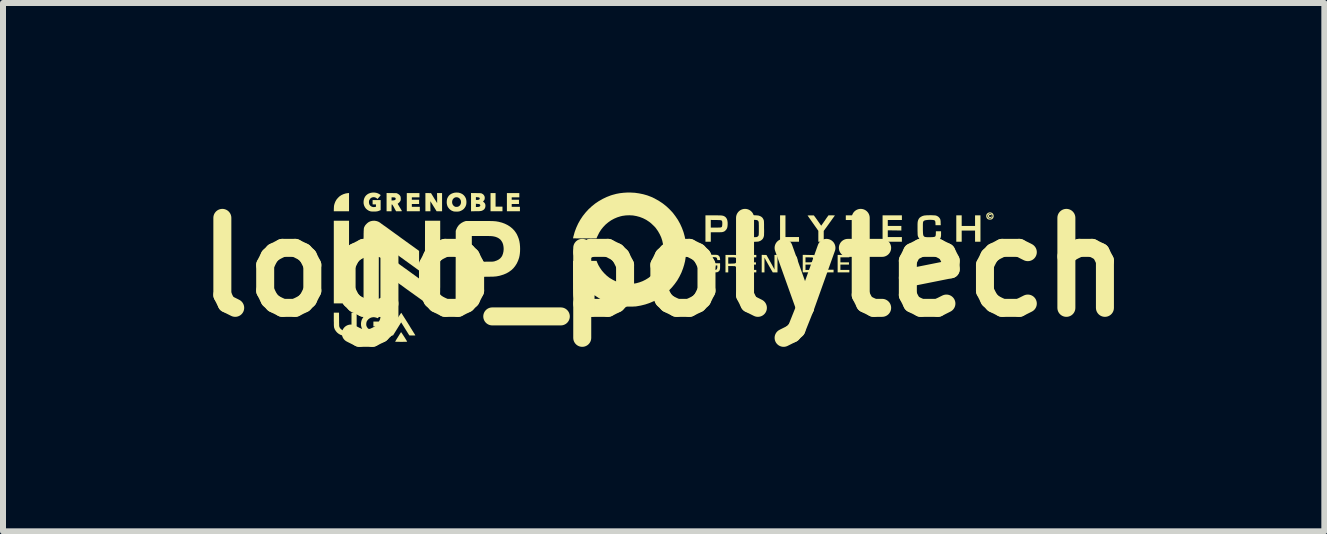
<source format=kicad_pcb>
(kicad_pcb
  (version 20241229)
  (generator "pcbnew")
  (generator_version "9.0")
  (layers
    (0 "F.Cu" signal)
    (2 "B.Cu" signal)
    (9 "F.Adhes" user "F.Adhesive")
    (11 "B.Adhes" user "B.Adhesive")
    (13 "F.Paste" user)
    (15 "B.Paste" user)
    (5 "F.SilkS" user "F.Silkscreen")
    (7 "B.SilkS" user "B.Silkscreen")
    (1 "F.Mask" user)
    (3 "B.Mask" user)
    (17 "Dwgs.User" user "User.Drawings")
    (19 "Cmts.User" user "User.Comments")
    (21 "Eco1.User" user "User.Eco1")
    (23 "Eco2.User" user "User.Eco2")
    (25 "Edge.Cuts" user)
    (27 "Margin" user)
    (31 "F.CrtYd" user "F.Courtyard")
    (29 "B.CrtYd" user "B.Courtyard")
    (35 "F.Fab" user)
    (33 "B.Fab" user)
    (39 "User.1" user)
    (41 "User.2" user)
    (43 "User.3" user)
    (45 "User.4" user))
  (footprint "logo_polytech"
    (layer "F.Cu")
    (at 8.014 1.404)
    (property "Reference" "logo_polytech" (at 0 0 0) (layer "F.SilkS") (effects (font (size 1.5 1.5) (thickness 0.3))))
    (attr board_only exclude_from_pos_files exclude_from_bom)
    (fp_poly (pts (xy -5.245 -0.085) (xy -5.245 0.604) (xy -5.372 0.604) (xy -5.499 0.604) (xy -5.499 -0.085) (xy -5.499 -0.774) (xy -5.372 -0.774) (xy -5.245 -0.774)) (stroke (width 0) (type solid)) (fill yes) (layer "F.SilkS"))
    (fp_poly (pts (xy -4.647 0.947) (xy -4.647 0.988) (xy -4.743 0.988) (xy -4.839 0.988) (xy -4.839 0.947) (xy -4.839 0.907) (xy -4.743 0.907) (xy -4.647 0.907)) (stroke (width 0) (type solid)) (fill yes) (layer "F.SilkS"))
    (fp_poly (pts (xy -2.802 -1.122) (xy -2.802 -1.009) (xy -2.745 -1.009) (xy -2.687 -1.009) (xy -2.687 -0.971) (xy -2.687 -0.932) (xy -2.786 -0.932) (xy -2.886 -0.932) (xy -2.886 -1.084) (xy -2.886 -1.235) (xy -2.844 -1.235) (xy -2.802 -1.235)) (stroke (width 0) (type solid)) (fill yes) (layer "F.SilkS"))
    (fp_poly (pts (xy 2.031 -0.683) (xy 2.031 -0.502) (xy 2.144 -0.502) (xy 2.257 -0.502) (xy 2.257 -0.463) (xy 2.257 -0.424) (xy 2.099 -0.424) (xy 1.941 -0.424) (xy 1.941 -0.644) (xy 1.941 -0.864) (xy 1.986 -0.864) (xy 2.031 -0.864)) (stroke (width 0) (type solid)) (fill yes) (layer "F.SilkS"))
    (fp_poly (pts (xy 2.69 -0.08) (xy 2.69 0.043) (xy 2.762 0.043) (xy 2.833 0.043) (xy 2.833 0.065) (xy 2.833 0.087) (xy 2.738 0.087) (xy 2.644 0.087) (xy 2.644 -0.059) (xy 2.644 -0.204) (xy 2.667 -0.204) (xy 2.69 -0.204)) (stroke (width 0) (type solid)) (fill yes) (layer "F.SilkS"))
    (fp_poly (pts (xy 3.412 -0.825) (xy 3.412 -0.786) (xy 3.341 -0.786) (xy 3.269 -0.786) (xy 3.269 -0.605) (xy 3.269 -0.424) (xy 3.225 -0.424) (xy 3.18 -0.424) (xy 3.18 -0.605) (xy 3.18 -0.786) (xy 3.108 -0.786) (xy 3.037 -0.786) (xy 3.037 -0.825) (xy 3.037 -0.864) (xy 3.225 -0.864) (xy 3.412 -0.864)) (stroke (width 0) (type solid)) (fill yes) (layer "F.SilkS"))
    (fp_poly (pts (xy -5.245 -1.084) (xy -5.245 -0.932) (xy -5.372 -0.932) (xy -5.499 -0.932) (xy -5.498 -0.979) (xy -5.497 -1) (xy -5.496 -1.016) (xy -5.494 -1.03) (xy -5.491 -1.042) (xy -5.488 -1.054) (xy -5.474 -1.091) (xy -5.455 -1.125) (xy -5.431 -1.154) (xy -5.404 -1.18) (xy -5.373 -1.201) (xy -5.338 -1.217) (xy -5.3 -1.229) (xy -5.267 -1.234) (xy -5.245 -1.236)) (stroke (width 0) (type solid)) (fill yes) (layer "F.SilkS"))
    (fp_poly (pts (xy -4.071 -1.2) (xy -4.071 -1.164) (xy -4.135 -1.164) (xy -4.198 -1.164) (xy -4.198 -1.144) (xy -4.198 -1.124) (xy -4.138 -1.124) (xy -4.077 -1.124) (xy -4.077 -1.088) (xy -4.077 -1.053) (xy -4.138 -1.053) (xy -4.198 -1.053) (xy -4.198 -1.029) (xy -4.198 -1.006) (xy -4.132 -1.006) (xy -4.065 -1.006) (xy -4.065 -0.969) (xy -4.065 -0.932) (xy -4.173 -0.932) (xy -4.282 -0.932) (xy -4.282 -1.084) (xy -4.282 -1.235) (xy -4.177 -1.235) (xy -4.071 -1.235)) (stroke (width 0) (type solid)) (fill yes) (layer "F.SilkS"))
    (fp_poly (pts (xy -2.406 -1.2) (xy -2.406 -1.164) (xy -2.469 -1.164) (xy -2.533 -1.164) (xy -2.533 -1.144) (xy -2.533 -1.124) (xy -2.472 -1.124) (xy -2.412 -1.124) (xy -2.412 -1.088) (xy -2.412 -1.053) (xy -2.472 -1.053) (xy -2.533 -1.053) (xy -2.533 -1.029) (xy -2.533 -1.006) (xy -2.464 -1.006) (xy -2.396 -1.006) (xy -2.396 -0.969) (xy -2.396 -0.932) (xy -2.505 -0.932) (xy -2.613 -0.932) (xy -2.613 -1.084) (xy -2.613 -1.235) (xy -2.509 -1.235) (xy -2.406 -1.235)) (stroke (width 0) (type solid)) (fill yes) (layer "F.SilkS"))
    (fp_poly (pts (xy 1.545 -0.184) (xy 1.545 -0.164) (xy 1.471 -0.164) (xy 1.396 -0.164) (xy 1.396 -0.122) (xy 1.396 -0.08) (xy 1.468 -0.08) (xy 1.539 -0.08) (xy 1.539 -0.062) (xy 1.539 -0.043) (xy 1.468 -0.043) (xy 1.396 -0.043) (xy 1.396 0.002) (xy 1.396 0.046) (xy 1.471 0.046) (xy 1.545 0.046) (xy 1.545 0.067) (xy 1.545 0.087) (xy 1.447 0.087) (xy 1.35 0.087) (xy 1.35 -0.059) (xy 1.35 -0.204) (xy 1.447 -0.204) (xy 1.545 -0.204)) (stroke (width 0) (type solid)) (fill yes) (layer "F.SilkS"))
    (fp_poly (pts (xy 3.096 -0.184) (xy 3.096 -0.164) (xy 3.022 -0.164) (xy 2.947 -0.164) (xy 2.947 -0.122) (xy 2.947 -0.08) (xy 3.019 -0.08) (xy 3.09 -0.08) (xy 3.09 -0.062) (xy 3.09 -0.043) (xy 3.019 -0.043) (xy 2.947 -0.043) (xy 2.947 0.002) (xy 2.947 0.046) (xy 3.022 0.046) (xy 3.096 0.046) (xy 3.096 0.067) (xy 3.096 0.087) (xy 2.999 0.087) (xy 2.901 0.087) (xy 2.901 -0.059) (xy 2.901 -0.204) (xy 2.999 -0.204) (xy 3.096 -0.204)) (stroke (width 0) (type solid)) (fill yes) (layer "F.SilkS"))
    (fp_poly (pts (xy 3.972 -0.825) (xy 3.972 -0.786) (xy 3.855 -0.786) (xy 3.737 -0.786) (xy 3.737 -0.737) (xy 3.737 -0.687) (xy 3.85 -0.687) (xy 3.963 -0.687) (xy 3.963 -0.649) (xy 3.963 -0.611) (xy 3.85 -0.613) (xy 3.737 -0.614) (xy 3.737 -0.558) (xy 3.737 -0.502) (xy 3.855 -0.502) (xy 3.972 -0.502) (xy 3.972 -0.463) (xy 3.972 -0.424) (xy 3.811 -0.424) (xy 3.65 -0.424) (xy 3.65 -0.644) (xy 3.65 -0.864) (xy 3.811 -0.864) (xy 3.972 -0.864)) (stroke (width 0) (type solid)) (fill yes) (layer "F.SilkS"))
    (fp_poly (pts (xy 4.969 -0.776) (xy 4.969 -0.687) (xy 5.081 -0.687) (xy 5.192 -0.687) (xy 5.192 -0.776) (xy 5.192 -0.864) (xy 5.237 -0.864) (xy 5.282 -0.864) (xy 5.282 -0.644) (xy 5.282 -0.424) (xy 5.237 -0.424) (xy 5.192 -0.424) (xy 5.192 -0.517) (xy 5.192 -0.61) (xy 5.081 -0.61) (xy 4.969 -0.61) (xy 4.969 -0.517) (xy 4.969 -0.424) (xy 4.924 -0.424) (xy 4.879 -0.424) (xy 4.879 -0.644) (xy 4.879 -0.864) (xy 4.924 -0.864) (xy 4.969 -0.864)) (stroke (width 0) (type solid)) (fill yes) (layer "F.SilkS"))
    (fp_poly (pts (xy 1.674 -0.204) (xy 1.714 -0.203) (xy 1.757 -0.127) (xy 1.769 -0.104) (xy 1.783 -0.081) (xy 1.796 -0.057) (xy 1.808 -0.036) (xy 1.818 -0.017) (xy 1.824 -0.006) (xy 1.848 0.039) (xy 1.848 -0.083) (xy 1.848 -0.204) (xy 1.873 -0.204) (xy 1.898 -0.204) (xy 1.898 -0.059) (xy 1.898 0.087) (xy 1.858 0.087) (xy 1.819 0.087) (xy 1.793 0.042) (xy 1.848 0.042) (xy 1.85 0.043) (xy 1.851 0.042) (xy 1.85 0.04) (xy 1.848 0.042) (xy 1.793 0.042) (xy 1.766 -0.005) (xy 1.753 -0.028) (xy 1.74 -0.051) (xy 1.728 -0.073) (xy 1.717 -0.093) (xy 1.707 -0.11) (xy 1.7 -0.123) (xy 1.698 -0.128) (xy 1.681 -0.159) (xy 1.681 -0.036) (xy 1.681 0.087) (xy 1.658 0.087) (xy 1.635 0.087) (xy 1.635 -0.059) (xy 1.635 -0.205)) (stroke (width 0) (type solid)) (fill yes) (layer "F.SilkS"))
    (fp_poly (pts (xy -4.376 1.085) (xy -4.371 1.091) (xy -4.364 1.101) (xy -4.355 1.115) (xy -4.345 1.13) (xy -4.334 1.147) (xy -4.323 1.164) (xy -4.312 1.181) (xy -4.302 1.198) (xy -4.292 1.213) (xy -4.285 1.225) (xy -4.28 1.234) (xy -4.277 1.239) (xy -4.277 1.241) (xy -4.278 1.242) (xy -4.281 1.243) (xy -4.286 1.243) (xy -4.294 1.244) (xy -4.306 1.244) (xy -4.322 1.244) (xy -4.343 1.245) (xy -4.37 1.245) (xy -4.376 1.245) (xy -4.4 1.245) (xy -4.422 1.244) (xy -4.442 1.244) (xy -4.458 1.244) (xy -4.469 1.243) (xy -4.476 1.243) (xy -4.477 1.243) (xy -4.475 1.24) (xy -4.471 1.232) (xy -4.464 1.221) (xy -4.456 1.207) (xy -4.446 1.191) (xy -4.435 1.174) (xy -4.424 1.156) (xy -4.413 1.139) (xy -4.403 1.122) (xy -4.394 1.108) (xy -4.386 1.096) (xy -4.381 1.087) (xy -4.378 1.083) (xy -4.378 1.083)) (stroke (width 0) (type solid)) (fill yes) (layer "F.SilkS"))
    (fp_poly (pts (xy -3.925 -1.235) (xy -3.878 -1.234) (xy -3.828 -1.152) (xy -3.816 -1.132) (xy -3.804 -1.114) (xy -3.794 -1.098) (xy -3.786 -1.084) (xy -3.78 -1.075) (xy -3.777 -1.07) (xy -3.776 -1.069) (xy -3.776 -1.072) (xy -3.776 -1.08) (xy -3.776 -1.092) (xy -3.776 -1.109) (xy -3.776 -1.128) (xy -3.776 -1.15) (xy -3.776 -1.151) (xy -3.778 -1.235) (xy -3.736 -1.235) (xy -3.694 -1.235) (xy -3.694 -1.084) (xy -3.694 -0.932) (xy -3.74 -0.932) (xy -3.785 -0.932) (xy -3.835 -1.013) (xy -3.848 -1.034) (xy -3.859 -1.052) (xy -3.87 -1.069) (xy -3.878 -1.082) (xy -3.884 -1.092) (xy -3.887 -1.097) (xy -3.888 -1.098) (xy -3.889 -1.096) (xy -3.889 -1.089) (xy -3.889 -1.077) (xy -3.889 -1.061) (xy -3.889 -1.041) (xy -3.889 -1.02) (xy -3.889 -1.017) (xy -3.888 -0.932) (xy -3.93 -0.932) (xy -3.972 -0.932) (xy -3.972 -1.084) (xy -3.972 -1.235)) (stroke (width 0) (type solid)) (fill yes) (layer "F.SilkS"))
    (fp_poly (pts (xy 2.819 -0.864) (xy 2.834 -0.863) (xy 2.845 -0.863) (xy 2.853 -0.863) (xy 2.855 -0.862) (xy 2.853 -0.859) (xy 2.848 -0.852) (xy 2.84 -0.841) (xy 2.829 -0.826) (xy 2.816 -0.808) (xy 2.801 -0.787) (xy 2.785 -0.764) (xy 2.767 -0.74) (xy 2.762 -0.732) (xy 2.669 -0.604) (xy 2.669 -0.514) (xy 2.669 -0.424) (xy 2.624 -0.424) (xy 2.579 -0.424) (xy 2.579 -0.515) (xy 2.579 -0.606) (xy 2.489 -0.734) (xy 2.399 -0.862) (xy 2.45 -0.863) (xy 2.467 -0.863) (xy 2.482 -0.863) (xy 2.494 -0.863) (xy 2.501 -0.863) (xy 2.503 -0.863) (xy 2.506 -0.86) (xy 2.512 -0.853) (xy 2.52 -0.841) (xy 2.531 -0.827) (xy 2.543 -0.81) (xy 2.557 -0.791) (xy 2.567 -0.776) (xy 2.627 -0.691) (xy 2.651 -0.725) (xy 2.661 -0.739) (xy 2.673 -0.757) (xy 2.687 -0.776) (xy 2.7 -0.796) (xy 2.711 -0.812) (xy 2.748 -0.864) (xy 2.801 -0.864)) (stroke (width 0) (type solid)) (fill yes) (layer "F.SilkS"))
    (fp_poly (pts (xy 5.452 -0.888) (xy 5.459 -0.885) (xy 5.464 -0.882) (xy 5.47 -0.873) (xy 5.472 -0.867) (xy 5.468 -0.864) (xy 5.466 -0.864) (xy 5.458 -0.866) (xy 5.453 -0.868) (xy 5.446 -0.872) (xy 5.437 -0.872) (xy 5.43 -0.868) (xy 5.427 -0.862) (xy 5.426 -0.853) (xy 5.426 -0.853) (xy 5.427 -0.844) (xy 5.43 -0.838) (xy 5.43 -0.838) (xy 5.437 -0.834) (xy 5.445 -0.833) (xy 5.453 -0.836) (xy 5.455 -0.839) (xy 5.46 -0.843) (xy 5.466 -0.845) (xy 5.471 -0.844) (xy 5.474 -0.841) (xy 5.474 -0.841) (xy 5.471 -0.835) (xy 5.465 -0.827) (xy 5.458 -0.821) (xy 5.45 -0.817) (xy 5.449 -0.816) (xy 5.44 -0.816) (xy 5.432 -0.818) (xy 5.419 -0.824) (xy 5.411 -0.834) (xy 5.408 -0.848) (xy 5.407 -0.853) (xy 5.408 -0.864) (xy 5.41 -0.871) (xy 5.415 -0.878) (xy 5.416 -0.879) (xy 5.423 -0.885) (xy 5.43 -0.888) (xy 5.439 -0.889) (xy 5.441 -0.889)) (stroke (width 0) (type solid)) (fill yes) (layer "F.SilkS"))
    (fp_poly (pts (xy 5.445 -0.913) (xy 5.446 -0.913) (xy 5.465 -0.909) (xy 5.481 -0.9) (xy 5.493 -0.887) (xy 5.5 -0.87) (xy 5.502 -0.852) (xy 5.5 -0.834) (xy 5.493 -0.819) (xy 5.481 -0.805) (xy 5.479 -0.804) (xy 5.472 -0.799) (xy 5.466 -0.796) (xy 5.457 -0.794) (xy 5.445 -0.793) (xy 5.443 -0.793) (xy 5.428 -0.793) (xy 5.417 -0.795) (xy 5.41 -0.798) (xy 5.394 -0.809) (xy 5.384 -0.824) (xy 5.379 -0.842) (xy 5.378 -0.857) (xy 5.398 -0.857) (xy 5.399 -0.842) (xy 5.404 -0.829) (xy 5.413 -0.819) (xy 5.424 -0.812) (xy 5.437 -0.808) (xy 5.45 -0.809) (xy 5.463 -0.815) (xy 5.464 -0.816) (xy 5.476 -0.829) (xy 5.482 -0.844) (xy 5.483 -0.859) (xy 5.478 -0.873) (xy 5.469 -0.886) (xy 5.466 -0.888) (xy 5.452 -0.895) (xy 5.438 -0.897) (xy 5.425 -0.894) (xy 5.413 -0.886) (xy 5.404 -0.875) (xy 5.398 -0.86) (xy 5.398 -0.857) (xy 5.378 -0.857) (xy 5.378 -0.859) (xy 5.382 -0.877) (xy 5.391 -0.891) (xy 5.405 -0.903) (xy 5.411 -0.906) (xy 5.423 -0.911) (xy 5.433 -0.913)) (stroke (width 0) (type solid)) (fill yes) (layer "F.SilkS"))
    (fp_poly (pts (xy -4.373 0.762) (xy -4.371 0.765) (xy -4.366 0.773) (xy -4.358 0.786) (xy -4.348 0.802) (xy -4.336 0.821) (xy -4.322 0.843) (xy -4.307 0.866) (xy -4.291 0.892) (xy -4.274 0.919) (xy -4.257 0.946) (xy -4.24 0.973) (xy -4.224 1) (xy -4.208 1.026) (xy -4.193 1.05) (xy -4.179 1.072) (xy -4.167 1.092) (xy -4.156 1.109) (xy -4.148 1.122) (xy -4.143 1.131) (xy -4.14 1.135) (xy -4.14 1.135) (xy -4.141 1.137) (xy -4.143 1.138) (xy -4.149 1.139) (xy -4.159 1.139) (xy -4.174 1.139) (xy -4.189 1.139) (xy -4.24 1.138) (xy -4.308 1.029) (xy -4.376 0.92) (xy -4.444 1.03) (xy -4.512 1.139) (xy -4.563 1.139) (xy -4.58 1.139) (xy -4.594 1.139) (xy -4.605 1.138) (xy -4.612 1.138) (xy -4.613 1.137) (xy -4.612 1.135) (xy -4.607 1.127) (xy -4.599 1.115) (xy -4.59 1.099) (xy -4.577 1.079) (xy -4.563 1.056) (xy -4.547 1.031) (xy -4.53 1.003) (xy -4.511 0.973) (xy -4.495 0.947) (xy -4.472 0.91) (xy -4.452 0.878) (xy -4.434 0.85) (xy -4.42 0.827) (xy -4.407 0.808) (xy -4.397 0.793) (xy -4.389 0.781) (xy -4.383 0.772) (xy -4.379 0.766) (xy -4.376 0.763) (xy -4.374 0.762)) (stroke (width 0) (type solid)) (fill yes) (layer "F.SilkS"))
    (fp_poly (pts (xy -5.411 0.872) (xy -5.411 0.902) (xy -5.411 0.926) (xy -5.41 0.945) (xy -5.41 0.96) (xy -5.41 0.972) (xy -5.409 0.98) (xy -5.408 0.987) (xy -5.407 0.992) (xy -5.405 0.997) (xy -5.404 1.001) (xy -5.403 1.002) (xy -5.393 1.019) (xy -5.378 1.034) (xy -5.361 1.047) (xy -5.345 1.056) (xy -5.333 1.06) (xy -5.322 1.061) (xy -5.309 1.062) (xy -5.302 1.061) (xy -5.276 1.057) (xy -5.253 1.048) (xy -5.234 1.034) (xy -5.219 1.015) (xy -5.214 1.006) (xy -5.204 0.987) (xy -5.204 0.873) (xy -5.204 0.759) (xy -5.161 0.759) (xy -5.118 0.759) (xy -5.118 0.877) (xy -5.118 0.908) (xy -5.118 0.933) (xy -5.118 0.953) (xy -5.118 0.97) (xy -5.119 0.982) (xy -5.119 0.992) (xy -5.12 1) (xy -5.121 1.006) (xy -5.123 1.012) (xy -5.124 1.016) (xy -5.136 1.046) (xy -5.154 1.072) (xy -5.176 1.096) (xy -5.203 1.115) (xy -5.233 1.13) (xy -5.239 1.132) (xy -5.25 1.136) (xy -5.26 1.138) (xy -5.271 1.14) (xy -5.285 1.141) (xy -5.302 1.141) (xy -5.324 1.142) (xy -5.342 1.141) (xy -5.355 1.139) (xy -5.359 1.138) (xy -5.39 1.127) (xy -5.418 1.111) (xy -5.443 1.091) (xy -5.464 1.067) (xy -5.481 1.041) (xy -5.492 1.013) (xy -5.494 1.005) (xy -5.495 0.999) (xy -5.496 0.99) (xy -5.497 0.979) (xy -5.498 0.964) (xy -5.498 0.946) (xy -5.498 0.923) (xy -5.499 0.895) (xy -5.499 0.872) (xy -5.499 0.759) (xy -5.455 0.759) (xy -5.412 0.759)) (stroke (width 0) (type solid)) (fill yes) (layer "F.SilkS"))
    (fp_poly (pts (xy -3.419 -1.242) (xy -3.41 -1.24) (xy -3.381 -1.231) (xy -3.354 -1.217) (xy -3.331 -1.198) (xy -3.313 -1.176) (xy -3.299 -1.15) (xy -3.293 -1.131) (xy -3.29 -1.114) (xy -3.288 -1.094) (xy -3.288 -1.073) (xy -3.29 -1.053) (xy -3.291 -1.046) (xy -3.3 -1.018) (xy -3.315 -0.992) (xy -3.333 -0.97) (xy -3.356 -0.952) (xy -3.383 -0.938) (xy -3.405 -0.93) (xy -3.419 -0.928) (xy -3.436 -0.926) (xy -3.456 -0.926) (xy -3.475 -0.927) (xy -3.492 -0.928) (xy -3.503 -0.93) (xy -3.532 -0.941) (xy -3.558 -0.958) (xy -3.572 -0.97) (xy -3.59 -0.992) (xy -3.603 -1.014) (xy -3.611 -1.039) (xy -3.616 -1.067) (xy -3.616 -1.085) (xy -3.616 -1.087) (xy -3.527 -1.087) (xy -3.525 -1.066) (xy -3.519 -1.048) (xy -3.509 -1.032) (xy -3.496 -1.019) (xy -3.48 -1.009) (xy -3.476 -1.007) (xy -3.463 -1.005) (xy -3.448 -1.005) (xy -3.432 -1.007) (xy -3.419 -1.012) (xy -3.403 -1.023) (xy -3.39 -1.039) (xy -3.382 -1.057) (xy -3.378 -1.077) (xy -3.379 -1.097) (xy -3.383 -1.116) (xy -3.393 -1.134) (xy -3.401 -1.144) (xy -3.418 -1.157) (xy -3.436 -1.164) (xy -3.456 -1.166) (xy -3.475 -1.163) (xy -3.493 -1.154) (xy -3.505 -1.143) (xy -3.517 -1.127) (xy -3.524 -1.108) (xy -3.527 -1.087) (xy -3.616 -1.087) (xy -3.615 -1.109) (xy -3.612 -1.129) (xy -3.607 -1.147) (xy -3.598 -1.165) (xy -3.597 -1.167) (xy -3.582 -1.19) (xy -3.562 -1.209) (xy -3.538 -1.224) (xy -3.511 -1.235) (xy -3.482 -1.242) (xy -3.451 -1.244)) (stroke (width 0) (type solid)) (fill yes) (layer "F.SilkS"))
    (fp_poly (pts (xy -4.795 -1.24) (xy -4.774 -1.234) (xy -4.761 -1.229) (xy -4.748 -1.222) (xy -4.736 -1.215) (xy -4.726 -1.209) (xy -4.72 -1.203) (xy -4.718 -1.2) (xy -4.72 -1.196) (xy -4.725 -1.19) (xy -4.733 -1.179) (xy -4.745 -1.165) (xy -4.761 -1.148) (xy -4.771 -1.136) (xy -4.782 -1.147) (xy -4.798 -1.158) (xy -4.817 -1.165) (xy -4.837 -1.167) (xy -4.857 -1.164) (xy -4.875 -1.156) (xy -4.889 -1.145) (xy -4.9 -1.13) (xy -4.909 -1.113) (xy -4.911 -1.107) (xy -4.913 -1.089) (xy -4.912 -1.069) (xy -4.907 -1.05) (xy -4.903 -1.041) (xy -4.891 -1.025) (xy -4.876 -1.013) (xy -4.857 -1.005) (xy -4.836 -1.001) (xy -4.815 -1.003) (xy -4.806 -1.005) (xy -4.799 -1.006) (xy -4.797 -1.006) (xy -4.796 -1.009) (xy -4.796 -1.016) (xy -4.796 -1.026) (xy -4.796 -1.046) (xy -4.824 -1.046) (xy -4.852 -1.046) (xy -4.852 -1.082) (xy -4.852 -1.118) (xy -4.785 -1.118) (xy -4.718 -1.118) (xy -4.718 -1.034) (xy -4.718 -0.951) (xy -4.733 -0.945) (xy -4.75 -0.938) (xy -4.765 -0.933) (xy -4.781 -0.93) (xy -4.798 -0.928) (xy -4.82 -0.927) (xy -4.825 -0.927) (xy -4.85 -0.927) (xy -4.869 -0.928) (xy -4.883 -0.93) (xy -4.885 -0.93) (xy -4.914 -0.94) (xy -4.94 -0.956) (xy -4.962 -0.975) (xy -4.98 -0.999) (xy -4.993 -1.026) (xy -5.001 -1.055) (xy -5.003 -1.085) (xy -5 -1.117) (xy -4.992 -1.146) (xy -4.979 -1.173) (xy -4.961 -1.196) (xy -4.938 -1.215) (xy -4.919 -1.226) (xy -4.89 -1.237) (xy -4.859 -1.243) (xy -4.827 -1.244)) (stroke (width 0) (type solid)) (fill yes) (layer "F.SilkS"))
    (fp_poly (pts (xy -4.789 -0.769) (xy -4.76 -0.76) (xy -4.735 -0.746) (xy -4.73 -0.743) (xy -4.721 -0.736) (xy -4.708 -0.726) (xy -4.69 -0.714) (xy -4.669 -0.698) (xy -4.644 -0.681) (xy -4.616 -0.661) (xy -4.586 -0.639) (xy -4.553 -0.615) (xy -4.517 -0.589) (xy -4.48 -0.562) (xy -4.441 -0.534) (xy -4.402 -0.506) (xy -4.399 -0.503) (xy -4.077 -0.271) (xy -4.077 -0.108) (xy -4.077 0.056) (xy -4.091 0.047) (xy -4.095 0.044) (xy -4.104 0.037) (xy -4.117 0.028) (xy -4.134 0.015) (xy -4.155 -0.000097) (xy -4.18 -0.018) (xy -4.207 -0.038) (xy -4.238 -0.06) (xy -4.271 -0.084) (xy -4.306 -0.109) (xy -4.343 -0.136) (xy -4.382 -0.164) (xy -4.422 -0.193) (xy -4.426 -0.196) (xy -4.748 -0.429) (xy -4.749 0.087) (xy -4.749 0.604) (xy -4.876 0.604) (xy -5.003 0.604) (xy -5.003 -0.01) (xy -5.003 -0.084) (xy -5.003 -0.152) (xy -5.003 -0.214) (xy -5.003 -0.27) (xy -5.003 -0.322) (xy -5.003 -0.369) (xy -5.003 -0.411) (xy -5.003 -0.448) (xy -5.003 -0.482) (xy -5.002 -0.512) (xy -5.002 -0.538) (xy -5.002 -0.561) (xy -5.001 -0.581) (xy -5.001 -0.598) (xy -5 -0.612) (xy -4.999 -0.625) (xy -4.999 -0.635) (xy -4.998 -0.643) (xy -4.997 -0.65) (xy -4.995 -0.656) (xy -4.994 -0.661) (xy -4.993 -0.665) (xy -4.991 -0.669) (xy -4.989 -0.673) (xy -4.987 -0.676) (xy -4.985 -0.68) (xy -4.984 -0.682) (xy -4.974 -0.699) (xy -4.959 -0.716) (xy -4.942 -0.733) (xy -4.924 -0.747) (xy -4.911 -0.755) (xy -4.882 -0.767) (xy -4.851 -0.773) (xy -4.82 -0.774)) (stroke (width 0) (type solid)) (fill yes) (layer "F.SilkS"))
    (fp_poly (pts (xy 0.863 -0.864) (xy 0.893 -0.864) (xy 0.918 -0.863) (xy 0.939 -0.863) (xy 0.956 -0.862) (xy 0.969 -0.861) (xy 0.98 -0.859) (xy 0.989 -0.857) (xy 0.997 -0.855) (xy 1.004 -0.852) (xy 1.009 -0.85) (xy 1.029 -0.837) (xy 1.044 -0.82) (xy 1.056 -0.799) (xy 1.063 -0.774) (xy 1.067 -0.744) (xy 1.067 -0.711) (xy 1.065 -0.686) (xy 1.062 -0.666) (xy 1.057 -0.65) (xy 1.05 -0.635) (xy 1.04 -0.622) (xy 1.033 -0.614) (xy 1.022 -0.604) (xy 1.013 -0.597) (xy 1.003 -0.592) (xy 0.993 -0.589) (xy 0.986 -0.587) (xy 0.98 -0.585) (xy 0.972 -0.584) (xy 0.964 -0.583) (xy 0.952 -0.583) (xy 0.938 -0.582) (xy 0.919 -0.582) (xy 0.896 -0.582) (xy 0.879 -0.582) (xy 0.786 -0.582) (xy 0.786 -0.503) (xy 0.786 -0.424) (xy 0.742 -0.424) (xy 0.697 -0.424) (xy 0.697 -0.644) (xy 0.697 -0.787) (xy 0.786 -0.787) (xy 0.786 -0.723) (xy 0.786 -0.659) (xy 0.865 -0.659) (xy 0.888 -0.66) (xy 0.909 -0.66) (xy 0.928 -0.661) (xy 0.942 -0.661) (xy 0.952 -0.662) (xy 0.954 -0.663) (xy 0.963 -0.666) (xy 0.969 -0.671) (xy 0.973 -0.679) (xy 0.976 -0.691) (xy 0.977 -0.707) (xy 0.978 -0.717) (xy 0.978 -0.738) (xy 0.977 -0.755) (xy 0.974 -0.766) (xy 0.969 -0.775) (xy 0.962 -0.78) (xy 0.961 -0.78) (xy 0.957 -0.782) (xy 0.951 -0.783) (xy 0.942 -0.784) (xy 0.929 -0.785) (xy 0.913 -0.785) (xy 0.891 -0.786) (xy 0.869 -0.786) (xy 0.786 -0.787) (xy 0.697 -0.787) (xy 0.697 -0.864) (xy 0.828 -0.864)) (stroke (width 0) (type solid)) (fill yes) (layer "F.SilkS"))
    (fp_poly (pts (xy -4.536 -1.235) (xy -4.454 -1.234) (xy -4.434 -1.225) (xy -4.415 -1.213) (xy -4.399 -1.198) (xy -4.388 -1.181) (xy -4.388 -1.18) (xy -4.385 -1.168) (xy -4.383 -1.151) (xy -4.383 -1.142) (xy -4.383 -1.129) (xy -4.384 -1.119) (xy -4.386 -1.111) (xy -4.39 -1.102) (xy -4.392 -1.099) (xy -4.404 -1.083) (xy -4.42 -1.068) (xy -4.431 -1.06) (xy -4.433 -1.059) (xy -4.433 -1.056) (xy -4.431 -1.051) (xy -4.427 -1.043) (xy -4.42 -1.032) (xy -4.411 -1.017) (xy -4.4 -0.997) (xy -4.399 -0.997) (xy -4.389 -0.98) (xy -4.379 -0.964) (xy -4.372 -0.951) (xy -4.366 -0.941) (xy -4.363 -0.935) (xy -4.362 -0.934) (xy -4.365 -0.934) (xy -4.373 -0.933) (xy -4.386 -0.932) (xy -4.401 -0.932) (xy -4.412 -0.932) (xy -4.461 -0.932) (xy -4.491 -0.988) (xy -4.502 -1.008) (xy -4.511 -1.024) (xy -4.518 -1.034) (xy -4.523 -1.041) (xy -4.527 -1.045) (xy -4.529 -1.046) (xy -4.531 -1.046) (xy -4.533 -1.045) (xy -4.534 -1.043) (xy -4.535 -1.038) (xy -4.535 -1.029) (xy -4.536 -1.017) (xy -4.536 -0.999) (xy -4.536 -0.989) (xy -4.536 -0.932) (xy -4.578 -0.932) (xy -4.619 -0.932) (xy -4.619 -1.084) (xy -4.619 -1.164) (xy -4.536 -1.164) (xy -4.536 -1.137) (xy -4.536 -1.111) (xy -4.512 -1.113) (xy -4.498 -1.114) (xy -4.486 -1.117) (xy -4.479 -1.12) (xy -4.47 -1.128) (xy -4.467 -1.138) (xy -4.468 -1.148) (xy -4.475 -1.157) (xy -4.48 -1.16) (xy -4.487 -1.162) (xy -4.498 -1.163) (xy -4.51 -1.164) (xy -4.512 -1.164) (xy -4.536 -1.164) (xy -4.619 -1.164) (xy -4.619 -1.236)) (stroke (width 0) (type solid)) (fill yes) (layer "F.SilkS"))
    (fp_poly (pts (xy 1.146 -0.204) (xy 1.17 -0.204) (xy 1.189 -0.203) (xy 1.204 -0.202) (xy 1.216 -0.2) (xy 1.225 -0.198) (xy 1.232 -0.194) (xy 1.238 -0.19) (xy 1.244 -0.185) (xy 1.245 -0.183) (xy 1.254 -0.172) (xy 1.259 -0.158) (xy 1.262 -0.14) (xy 1.263 -0.117) (xy 1.263 -0.115) (xy 1.262 -0.091) (xy 1.257 -0.071) (xy 1.25 -0.057) (xy 1.238 -0.047) (xy 1.231 -0.043) (xy 1.222 -0.04) (xy 1.234 -0.034) (xy 1.242 -0.03) (xy 1.249 -0.024) (xy 1.253 -0.017) (xy 1.256 -0.007) (xy 1.258 0.007) (xy 1.259 0.026) (xy 1.26 0.039) (xy 1.261 0.087) (xy 1.236 0.087) (xy 1.211 0.087) (xy 1.211 0.045) (xy 1.211 0.028) (xy 1.21 0.016) (xy 1.21 0.008) (xy 1.208 0.003) (xy 1.206 -0.001) (xy 1.203 -0.005) (xy 1.202 -0.007) (xy 1.193 -0.017) (xy 1.135 -0.018) (xy 1.077 -0.019) (xy 1.077 0.034) (xy 1.077 0.087) (xy 1.054 0.087) (xy 1.031 0.087) (xy 1.031 -0.059) (xy 1.031 -0.164) (xy 1.077 -0.164) (xy 1.077 -0.111) (xy 1.077 -0.058) (xy 1.132 -0.059) (xy 1.153 -0.06) (xy 1.168 -0.061) (xy 1.179 -0.061) (xy 1.187 -0.063) (xy 1.193 -0.064) (xy 1.197 -0.066) (xy 1.197 -0.067) (xy 1.206 -0.074) (xy 1.211 -0.083) (xy 1.214 -0.097) (xy 1.215 -0.115) (xy 1.214 -0.129) (xy 1.213 -0.141) (xy 1.209 -0.15) (xy 1.203 -0.156) (xy 1.195 -0.16) (xy 1.182 -0.162) (xy 1.165 -0.164) (xy 1.142 -0.164) (xy 1.132 -0.164) (xy 1.077 -0.164) (xy 1.031 -0.164) (xy 1.031 -0.204) (xy 1.117 -0.204)) (stroke (width 0) (type solid)) (fill yes) (layer "F.SilkS"))
    (fp_poly (pts (xy -3.725 -0.165) (xy -3.725 -0.091) (xy -3.725 -0.024) (xy -3.725 0.038) (xy -3.725 0.094) (xy -3.725 0.146) (xy -3.725 0.192) (xy -3.725 0.233) (xy -3.725 0.271) (xy -3.725 0.304) (xy -3.725 0.333) (xy -3.726 0.358) (xy -3.726 0.38) (xy -3.726 0.399) (xy -3.726 0.415) (xy -3.727 0.428) (xy -3.727 0.439) (xy -3.727 0.448) (xy -3.728 0.455) (xy -3.728 0.46) (xy -3.729 0.464) (xy -3.729 0.466) (xy -3.739 0.497) (xy -3.753 0.525) (xy -3.773 0.55) (xy -3.796 0.571) (xy -3.823 0.587) (xy -3.853 0.598) (xy -3.856 0.599) (xy -3.875 0.602) (xy -3.898 0.603) (xy -3.92 0.602) (xy -3.94 0.599) (xy -3.946 0.598) (xy -3.96 0.593) (xy -3.974 0.587) (xy -3.981 0.583) (xy -3.985 0.58) (xy -3.995 0.574) (xy -4.008 0.565) (xy -4.026 0.552) (xy -4.047 0.537) (xy -4.072 0.519) (xy -4.1 0.499) (xy -4.131 0.477) (xy -4.164 0.453) (xy -4.199 0.428) (xy -4.237 0.401) (xy -4.276 0.373) (xy -4.316 0.344) (xy -4.325 0.337) (xy -4.653 0.101) (xy -4.653 -0.061) (xy -4.653 -0.1) (xy -4.653 -0.134) (xy -4.653 -0.163) (xy -4.652 -0.186) (xy -4.652 -0.204) (xy -4.651 -0.216) (xy -4.651 -0.222) (xy -4.65 -0.223) (xy -4.647 -0.221) (xy -4.64 -0.216) (xy -4.628 -0.208) (xy -4.612 -0.196) (xy -4.592 -0.182) (xy -4.568 -0.165) (xy -4.542 -0.146) (xy -4.512 -0.125) (xy -4.48 -0.101) (xy -4.445 -0.076) (xy -4.408 -0.05) (xy -4.37 -0.022) (xy -4.33 0.007) (xy -4.314 0.018) (xy -3.98 0.26) (xy -3.979 -0.257) (xy -3.978 -0.774) (xy -3.851 -0.774) (xy -3.725 -0.774)) (stroke (width 0) (type solid)) (fill yes) (layer "F.SilkS"))
    (fp_poly (pts (xy -4.804 0.755) (xy -4.783 0.758) (xy -4.771 0.761) (xy -4.758 0.766) (xy -4.745 0.771) (xy -4.733 0.776) (xy -4.724 0.781) (xy -4.719 0.784) (xy -4.718 0.785) (xy -4.72 0.788) (xy -4.724 0.795) (xy -4.731 0.804) (xy -4.738 0.815) (xy -4.746 0.827) (xy -4.754 0.838) (xy -4.76 0.846) (xy -4.764 0.851) (xy -4.767 0.85) (xy -4.774 0.848) (xy -4.784 0.844) (xy -4.785 0.844) (xy -4.813 0.836) (xy -4.84 0.834) (xy -4.867 0.838) (xy -4.892 0.847) (xy -4.916 0.863) (xy -4.924 0.87) (xy -4.941 0.89) (xy -4.952 0.91) (xy -4.957 0.934) (xy -4.958 0.949) (xy -4.958 0.963) (xy -4.956 0.974) (xy -4.953 0.985) (xy -4.949 0.992) (xy -4.935 1.015) (xy -4.917 1.033) (xy -4.895 1.048) (xy -4.871 1.057) (xy -4.845 1.062) (xy -4.818 1.061) (xy -4.796 1.056) (xy -4.774 1.047) (xy -4.752 1.033) (xy -4.737 1.018) (xy -4.729 1.009) (xy -4.693 1.031) (xy -4.676 1.041) (xy -4.665 1.049) (xy -4.659 1.054) (xy -4.659 1.057) (xy -4.672 1.075) (xy -4.691 1.093) (xy -4.714 1.109) (xy -4.739 1.122) (xy -4.766 1.133) (xy -4.781 1.137) (xy -4.8 1.141) (xy -4.822 1.142) (xy -4.846 1.142) (xy -4.87 1.14) (xy -4.89 1.137) (xy -4.894 1.136) (xy -4.918 1.128) (xy -4.943 1.116) (xy -4.967 1.102) (xy -4.982 1.09) (xy -5.005 1.066) (xy -5.023 1.039) (xy -5.036 1.009) (xy -5.044 0.978) (xy -5.046 0.946) (xy -5.043 0.914) (xy -5.035 0.883) (xy -5.027 0.865) (xy -5.009 0.836) (xy -4.986 0.81) (xy -4.958 0.789) (xy -4.928 0.772) (xy -4.895 0.76) (xy -4.876 0.756) (xy -4.853 0.754) (xy -4.828 0.754)) (stroke (width 0) (type solid)) (fill yes) (layer "F.SilkS"))
    (fp_poly (pts (xy -3.128 -1.235) (xy -3.103 -1.234) (xy -3.083 -1.234) (xy -3.068 -1.234) (xy -3.057 -1.233) (xy -3.048 -1.232) (xy -3.042 -1.231) (xy -3.037 -1.23) (xy -3.032 -1.228) (xy -3.029 -1.226) (xy -3.01 -1.215) (xy -2.996 -1.199) (xy -2.986 -1.181) (xy -2.982 -1.16) (xy -2.983 -1.145) (xy -2.985 -1.132) (xy -2.989 -1.122) (xy -2.995 -1.113) (xy -3.003 -1.104) (xy -3.009 -1.096) (xy -3.011 -1.092) (xy -3.01 -1.091) (xy -3.002 -1.086) (xy -2.993 -1.078) (xy -2.984 -1.068) (xy -2.978 -1.058) (xy -2.978 -1.058) (xy -2.972 -1.041) (xy -2.971 -1.022) (xy -2.973 -1.002) (xy -2.979 -0.984) (xy -2.98 -0.983) (xy -2.989 -0.968) (xy -3.002 -0.956) (xy -3.02 -0.945) (xy -3.031 -0.941) (xy -3.036 -0.939) (xy -3.042 -0.937) (xy -3.049 -0.936) (xy -3.057 -0.935) (xy -3.068 -0.934) (xy -3.083 -0.933) (xy -3.102 -0.933) (xy -3.126 -0.933) (xy -3.129 -0.933) (xy -3.211 -0.931) (xy -3.211 -1.057) (xy -3.13 -1.057) (xy -3.13 -1.03) (xy -3.13 -1.003) (xy -3.109 -1.003) (xy -3.096 -1.004) (xy -3.084 -1.005) (xy -3.077 -1.006) (xy -3.066 -1.012) (xy -3.059 -1.02) (xy -3.056 -1.03) (xy -3.059 -1.04) (xy -3.066 -1.047) (xy -3.072 -1.051) (xy -3.081 -1.053) (xy -3.093 -1.054) (xy -3.102 -1.055) (xy -3.13 -1.057) (xy -3.211 -1.057) (xy -3.211 -1.084) (xy -3.211 -1.168) (xy -3.13 -1.168) (xy -3.13 -1.144) (xy -3.13 -1.121) (xy -3.112 -1.121) (xy -3.1 -1.121) (xy -3.088 -1.123) (xy -3.083 -1.124) (xy -3.072 -1.13) (xy -3.066 -1.138) (xy -3.066 -1.149) (xy -3.066 -1.15) (xy -3.069 -1.156) (xy -3.074 -1.16) (xy -3.083 -1.163) (xy -3.096 -1.165) (xy -3.105 -1.166) (xy -3.13 -1.168) (xy -3.211 -1.168) (xy -3.211 -1.236)) (stroke (width 0) (type solid)) (fill yes) (layer "F.SilkS"))
    (fp_poly (pts (xy 2.413 -0.204) (xy 2.439 -0.203) (xy 2.46 -0.203) (xy 2.477 -0.203) (xy 2.489 -0.202) (xy 2.498 -0.202) (xy 2.505 -0.201) (xy 2.51 -0.2) (xy 2.513 -0.198) (xy 2.517 -0.196) (xy 2.518 -0.196) (xy 2.529 -0.187) (xy 2.536 -0.175) (xy 2.541 -0.159) (xy 2.543 -0.138) (xy 2.543 -0.128) (xy 2.543 -0.109) (xy 2.54 -0.094) (xy 2.536 -0.084) (xy 2.529 -0.076) (xy 2.523 -0.072) (xy 2.516 -0.067) (xy 2.514 -0.063) (xy 2.518 -0.062) (xy 2.519 -0.062) (xy 2.525 -0.059) (xy 2.533 -0.053) (xy 2.541 -0.045) (xy 2.546 -0.036) (xy 2.548 -0.031) (xy 2.549 -0.023) (xy 2.551 -0.01) (xy 2.551 0.003) (xy 2.551 0.005) (xy 2.55 0.028) (xy 2.546 0.046) (xy 2.539 0.061) (xy 2.529 0.072) (xy 2.519 0.078) (xy 2.515 0.08) (xy 2.511 0.082) (xy 2.506 0.083) (xy 2.5 0.084) (xy 2.491 0.085) (xy 2.479 0.085) (xy 2.463 0.085) (xy 2.442 0.086) (xy 2.416 0.086) (xy 2.413 0.086) (xy 2.319 0.087) (xy 2.319 -0.043) (xy 2.365 -0.043) (xy 2.365 0.002) (xy 2.365 0.047) (xy 2.426 0.046) (xy 2.486 0.045) (xy 2.494 0.036) (xy 2.499 0.031) (xy 2.502 0.024) (xy 2.503 0.015) (xy 2.504 0.007) (xy 2.503 -0.012) (xy 2.498 -0.027) (xy 2.49 -0.037) (xy 2.486 -0.039) (xy 2.48 -0.041) (xy 2.469 -0.042) (xy 2.452 -0.043) (xy 2.429 -0.043) (xy 2.422 -0.043) (xy 2.365 -0.043) (xy 2.319 -0.043) (xy 2.319 -0.059) (xy 2.319 -0.164) (xy 2.365 -0.164) (xy 2.365 -0.122) (xy 2.365 -0.08) (xy 2.413 -0.081) (xy 2.43 -0.081) (xy 2.447 -0.081) (xy 2.46 -0.082) (xy 2.47 -0.083) (xy 2.472 -0.084) (xy 2.483 -0.087) (xy 2.49 -0.093) (xy 2.494 -0.101) (xy 2.495 -0.114) (xy 2.495 -0.124) (xy 2.495 -0.137) (xy 2.494 -0.146) (xy 2.491 -0.153) (xy 2.49 -0.155) (xy 2.487 -0.158) (xy 2.485 -0.16) (xy 2.481 -0.161) (xy 2.474 -0.162) (xy 2.465 -0.163) (xy 2.452 -0.163) (xy 2.433 -0.163) (xy 2.424 -0.164) (xy 2.365 -0.164) (xy 2.319 -0.164) (xy 2.319 -0.205)) (stroke (width 0) (type solid)) (fill yes) (layer "F.SilkS"))
    (fp_poly (pts (xy 0.85 -0.206) (xy 0.866 -0.206) (xy 0.878 -0.205) (xy 0.887 -0.205) (xy 0.894 -0.204) (xy 0.899 -0.202) (xy 0.904 -0.2) (xy 0.909 -0.197) (xy 0.922 -0.188) (xy 0.931 -0.176) (xy 0.937 -0.161) (xy 0.94 -0.14) (xy 0.94 -0.14) (xy 0.942 -0.118) (xy 0.919 -0.118) (xy 0.895 -0.118) (xy 0.893 -0.134) (xy 0.89 -0.145) (xy 0.886 -0.153) (xy 0.879 -0.16) (xy 0.869 -0.164) (xy 0.855 -0.166) (xy 0.836 -0.167) (xy 0.812 -0.167) (xy 0.807 -0.167) (xy 0.788 -0.166) (xy 0.774 -0.164) (xy 0.763 -0.16) (xy 0.754 -0.155) (xy 0.749 -0.146) (xy 0.745 -0.134) (xy 0.743 -0.118) (xy 0.741 -0.096) (xy 0.741 -0.074) (xy 0.74 -0.044) (xy 0.74 -0.018) (xy 0.742 0.002) (xy 0.745 0.017) (xy 0.75 0.029) (xy 0.758 0.037) (xy 0.768 0.043) (xy 0.782 0.046) (xy 0.799 0.047) (xy 0.82 0.048) (xy 0.824 0.048) (xy 0.841 0.048) (xy 0.854 0.047) (xy 0.862 0.047) (xy 0.869 0.045) (xy 0.874 0.043) (xy 0.876 0.042) (xy 0.885 0.035) (xy 0.89 0.025) (xy 0.894 0.011) (xy 0.895 -0.007) (xy 0.895 -0.028) (xy 0.853 -0.028) (xy 0.811 -0.028) (xy 0.811 -0.046) (xy 0.811 -0.065) (xy 0.876 -0.065) (xy 0.941 -0.065) (xy 0.941 -0.019) (xy 0.941 0.005) (xy 0.94 0.024) (xy 0.937 0.039) (xy 0.934 0.05) (xy 0.929 0.059) (xy 0.922 0.067) (xy 0.92 0.069) (xy 0.91 0.076) (xy 0.9 0.082) (xy 0.896 0.084) (xy 0.888 0.085) (xy 0.875 0.086) (xy 0.859 0.087) (xy 0.841 0.088) (xy 0.822 0.088) (xy 0.803 0.089) (xy 0.786 0.088) (xy 0.772 0.088) (xy 0.763 0.087) (xy 0.741 0.081) (xy 0.723 0.07) (xy 0.71 0.057) (xy 0.705 0.049) (xy 0.701 0.04) (xy 0.698 0.03) (xy 0.696 0.017) (xy 0.695 0.000207) (xy 0.694 -0.02) (xy 0.694 -0.046) (xy 0.694 -0.07) (xy 0.695 -0.093) (xy 0.695 -0.111) (xy 0.696 -0.125) (xy 0.696 -0.135) (xy 0.698 -0.143) (xy 0.699 -0.15) (xy 0.701 -0.156) (xy 0.702 -0.159) (xy 0.713 -0.177) (xy 0.727 -0.191) (xy 0.745 -0.201) (xy 0.749 -0.202) (xy 0.757 -0.203) (xy 0.77 -0.205) (xy 0.787 -0.205) (xy 0.81 -0.206) (xy 0.828 -0.206)) (stroke (width 0) (type solid)) (fill yes) (layer "F.SilkS"))
    (fp_poly (pts (xy -3.02 -0.769) (xy -2.98 -0.769) (xy -2.945 -0.769) (xy -2.916 -0.769) (xy -2.89 -0.769) (xy -2.868 -0.768) (xy -2.849 -0.768) (xy -2.832 -0.767) (xy -2.818 -0.766) (xy -2.805 -0.765) (xy -2.794 -0.764) (xy -2.783 -0.762) (xy -2.772 -0.76) (xy -2.76 -0.758) (xy -2.748 -0.756) (xy -2.746 -0.755) (xy -2.695 -0.742) (xy -2.647 -0.724) (xy -2.602 -0.702) (xy -2.561 -0.676) (xy -2.524 -0.646) (xy -2.491 -0.612) (xy -2.464 -0.575) (xy -2.449 -0.551) (xy -2.431 -0.512) (xy -2.416 -0.473) (xy -2.405 -0.432) (xy -2.398 -0.389) (xy -2.394 -0.342) (xy -2.393 -0.305) (xy -2.394 -0.264) (xy -2.397 -0.227) (xy -2.402 -0.192) (xy -2.409 -0.16) (xy -2.41 -0.156) (xy -2.427 -0.107) (xy -2.448 -0.062) (xy -2.474 -0.021) (xy -2.504 0.017) (xy -2.539 0.05) (xy -2.579 0.079) (xy -2.623 0.104) (xy -2.671 0.124) (xy -2.72 0.139) (xy -2.737 0.144) (xy -2.753 0.147) (xy -2.769 0.15) (xy -2.784 0.153) (xy -2.8 0.155) (xy -2.818 0.156) (xy -2.839 0.158) (xy -2.862 0.158) (xy -2.89 0.159) (xy -2.922 0.16) (xy -2.958 0.16) (xy -3.093 0.162) (xy -3.093 0.036) (xy -3.093 -0.089) (xy -2.967 -0.091) (xy -2.935 -0.091) (xy -2.909 -0.091) (xy -2.888 -0.091) (xy -2.871 -0.092) (xy -2.857 -0.092) (xy -2.847 -0.093) (xy -2.838 -0.094) (xy -2.831 -0.095) (xy -2.824 -0.096) (xy -2.818 -0.098) (xy -2.816 -0.099) (xy -2.781 -0.111) (xy -2.75 -0.127) (xy -2.725 -0.146) (xy -2.704 -0.17) (xy -2.69 -0.194) (xy -2.678 -0.227) (xy -2.67 -0.264) (xy -2.667 -0.302) (xy -2.669 -0.336) (xy -2.675 -0.373) (xy -2.686 -0.406) (xy -2.702 -0.434) (xy -2.721 -0.459) (xy -2.746 -0.479) (xy -2.775 -0.495) (xy -2.808 -0.507) (xy -2.846 -0.515) (xy -2.868 -0.517) (xy -2.878 -0.518) (xy -2.894 -0.518) (xy -2.914 -0.519) (xy -2.938 -0.519) (xy -2.965 -0.52) (xy -2.994 -0.52) (xy -3.025 -0.52) (xy -3.05 -0.52) (xy -3.198 -0.52) (xy -3.198 0.042) (xy -3.198 0.604) (xy -3.333 0.604) (xy -3.468 0.604) (xy -3.467 -0.001) (xy -3.466 -0.605) (xy -3.458 -0.628) (xy -3.442 -0.662) (xy -3.422 -0.692) (xy -3.397 -0.718) (xy -3.368 -0.739) (xy -3.336 -0.756) (xy -3.326 -0.76) (xy -3.299 -0.769) (xy -3.065 -0.769)) (stroke (width 0) (type solid)) (fill yes) (layer "F.SilkS"))
    (fp_poly (pts (xy 2.138 -0.207) (xy 2.162 -0.204) (xy 2.18 -0.2) (xy 2.195 -0.193) (xy 2.207 -0.185) (xy 2.216 -0.173) (xy 2.219 -0.169) (xy 2.223 -0.16) (xy 2.226 -0.151) (xy 2.229 -0.14) (xy 2.231 -0.126) (xy 2.232 -0.109) (xy 2.232 -0.088) (xy 2.232 -0.062) (xy 2.232 -0.049) (xy 2.231 -0.026) (xy 2.231 -0.008) (xy 2.23 0.006) (xy 2.229 0.017) (xy 2.228 0.025) (xy 2.227 0.032) (xy 2.225 0.038) (xy 2.223 0.041) (xy 2.213 0.059) (xy 2.2 0.072) (xy 2.181 0.081) (xy 2.179 0.082) (xy 2.169 0.084) (xy 2.154 0.086) (xy 2.136 0.087) (xy 2.116 0.088) (xy 2.096 0.089) (xy 2.076 0.089) (xy 2.06 0.088) (xy 2.047 0.087) (xy 2.046 0.086) (xy 2.029 0.081) (xy 2.012 0.072) (xy 1.999 0.061) (xy 1.995 0.056) (xy 1.99 0.049) (xy 1.987 0.042) (xy 1.984 0.034) (xy 1.983 0.024) (xy 1.981 0.012) (xy 1.981 -0.004) (xy 1.98 -0.024) (xy 1.98 -0.049) (xy 1.98 -0.059) (xy 1.98 -0.077) (xy 2.025 -0.077) (xy 2.026 -0.048) (xy 2.026 -0.022) (xy 2.028 -0.001) (xy 2.03 0.015) (xy 2.034 0.027) (xy 2.039 0.035) (xy 2.046 0.041) (xy 2.055 0.044) (xy 2.066 0.046) (xy 2.069 0.047) (xy 2.085 0.048) (xy 2.103 0.048) (xy 2.121 0.048) (xy 2.138 0.046) (xy 2.151 0.044) (xy 2.161 0.042) (xy 2.162 0.041) (xy 2.17 0.035) (xy 2.177 0.026) (xy 2.178 0.023) (xy 2.18 0.019) (xy 2.182 0.014) (xy 2.183 0.007) (xy 2.183 -0.001) (xy 2.184 -0.013) (xy 2.184 -0.029) (xy 2.184 -0.049) (xy 2.184 -0.059) (xy 2.184 -0.087) (xy 2.183 -0.11) (xy 2.182 -0.128) (xy 2.179 -0.141) (xy 2.174 -0.151) (xy 2.167 -0.158) (xy 2.158 -0.162) (xy 2.146 -0.165) (xy 2.13 -0.166) (xy 2.118 -0.167) (xy 2.094 -0.167) (xy 2.074 -0.166) (xy 2.059 -0.163) (xy 2.047 -0.158) (xy 2.038 -0.15) (xy 2.032 -0.138) (xy 2.028 -0.122) (xy 2.026 -0.102) (xy 2.025 -0.077) (xy 1.98 -0.077) (xy 1.98 -0.084) (xy 1.98 -0.103) (xy 1.981 -0.119) (xy 1.981 -0.13) (xy 1.982 -0.139) (xy 1.983 -0.146) (xy 1.985 -0.152) (xy 1.986 -0.154) (xy 1.992 -0.169) (xy 2.001 -0.182) (xy 2.012 -0.191) (xy 2.026 -0.198) (xy 2.044 -0.203) (xy 2.066 -0.206) (xy 2.094 -0.207) (xy 2.11 -0.207)) (stroke (width 0) (type solid)) (fill yes) (layer "F.SilkS"))
    (fp_poly (pts (xy 4.461 -0.866) (xy 4.484 -0.865) (xy 4.505 -0.864) (xy 4.523 -0.863) (xy 4.536 -0.861) (xy 4.542 -0.86) (xy 4.565 -0.85) (xy 4.585 -0.836) (xy 4.601 -0.818) (xy 4.612 -0.798) (xy 4.613 -0.793) (xy 4.615 -0.786) (xy 4.616 -0.774) (xy 4.618 -0.759) (xy 4.618 -0.742) (xy 4.618 -0.741) (xy 4.62 -0.7) (xy 4.576 -0.7) (xy 4.533 -0.7) (xy 4.532 -0.724) (xy 4.531 -0.745) (xy 4.529 -0.761) (xy 4.524 -0.772) (xy 4.517 -0.779) (xy 4.515 -0.781) (xy 4.505 -0.784) (xy 4.491 -0.787) (xy 4.473 -0.788) (xy 4.452 -0.789) (xy 4.43 -0.789) (xy 4.409 -0.788) (xy 4.388 -0.786) (xy 4.369 -0.783) (xy 4.355 -0.78) (xy 4.348 -0.777) (xy 4.338 -0.771) (xy 4.331 -0.764) (xy 4.328 -0.758) (xy 4.327 -0.754) (xy 4.325 -0.749) (xy 4.324 -0.743) (xy 4.323 -0.735) (xy 4.323 -0.724) (xy 4.322 -0.71) (xy 4.322 -0.692) (xy 4.322 -0.669) (xy 4.322 -0.653) (xy 4.322 -0.619) (xy 4.323 -0.59) (xy 4.324 -0.566) (xy 4.326 -0.547) (xy 4.329 -0.532) (xy 4.334 -0.521) (xy 4.341 -0.513) (xy 4.349 -0.507) (xy 4.361 -0.503) (xy 4.375 -0.501) (xy 4.392 -0.5) (xy 4.412 -0.499) (xy 4.438 -0.499) (xy 4.462 -0.5) (xy 4.484 -0.501) (xy 4.502 -0.503) (xy 4.516 -0.506) (xy 4.521 -0.508) (xy 4.527 -0.512) (xy 4.532 -0.518) (xy 4.535 -0.528) (xy 4.537 -0.542) (xy 4.538 -0.561) (xy 4.538 -0.563) (xy 4.539 -0.598) (xy 4.582 -0.598) (xy 4.625 -0.598) (xy 4.625 -0.556) (xy 4.625 -0.533) (xy 4.623 -0.514) (xy 4.62 -0.499) (xy 4.616 -0.486) (xy 4.609 -0.473) (xy 4.606 -0.469) (xy 4.592 -0.453) (xy 4.573 -0.44) (xy 4.55 -0.431) (xy 4.541 -0.428) (xy 4.529 -0.426) (xy 4.513 -0.425) (xy 4.493 -0.424) (xy 4.47 -0.423) (xy 4.446 -0.422) (xy 4.422 -0.422) (xy 4.398 -0.422) (xy 4.377 -0.422) (xy 4.358 -0.423) (xy 4.344 -0.425) (xy 4.339 -0.426) (xy 4.311 -0.435) (xy 4.286 -0.448) (xy 4.266 -0.467) (xy 4.251 -0.49) (xy 4.241 -0.511) (xy 4.239 -0.517) (xy 4.238 -0.523) (xy 4.236 -0.529) (xy 4.235 -0.537) (xy 4.235 -0.547) (xy 4.234 -0.56) (xy 4.234 -0.576) (xy 4.233 -0.598) (xy 4.233 -0.624) (xy 4.233 -0.631) (xy 4.233 -0.665) (xy 4.233 -0.694) (xy 4.233 -0.719) (xy 4.234 -0.737) (xy 4.235 -0.75) (xy 4.235 -0.753) (xy 4.242 -0.781) (xy 4.253 -0.805) (xy 4.269 -0.825) (xy 4.29 -0.84) (xy 4.316 -0.853) (xy 4.341 -0.86) (xy 4.353 -0.862) (xy 4.37 -0.863) (xy 4.39 -0.865) (xy 4.413 -0.865) (xy 4.437 -0.866)) (stroke (width 0) (type solid)) (fill yes) (layer "F.SilkS"))
    (fp_poly (pts (xy 1.501 -0.866) (xy 1.524 -0.865) (xy 1.546 -0.864) (xy 1.565 -0.862) (xy 1.579 -0.861) (xy 1.582 -0.86) (xy 1.609 -0.851) (xy 1.63 -0.839) (xy 1.648 -0.823) (xy 1.661 -0.802) (xy 1.666 -0.79) (xy 1.668 -0.786) (xy 1.669 -0.781) (xy 1.671 -0.776) (xy 1.672 -0.769) (xy 1.672 -0.761) (xy 1.673 -0.75) (xy 1.673 -0.736) (xy 1.674 -0.718) (xy 1.674 -0.695) (xy 1.674 -0.667) (xy 1.674 -0.654) (xy 1.675 -0.618) (xy 1.675 -0.587) (xy 1.674 -0.561) (xy 1.674 -0.541) (xy 1.673 -0.527) (xy 1.672 -0.519) (xy 1.664 -0.493) (xy 1.652 -0.471) (xy 1.635 -0.454) (xy 1.613 -0.439) (xy 1.587 -0.429) (xy 1.584 -0.428) (xy 1.575 -0.426) (xy 1.56 -0.425) (xy 1.542 -0.424) (xy 1.521 -0.423) (xy 1.498 -0.422) (xy 1.475 -0.422) (xy 1.452 -0.422) (xy 1.431 -0.423) (xy 1.413 -0.423) (xy 1.399 -0.425) (xy 1.394 -0.425) (xy 1.365 -0.433) (xy 1.341 -0.445) (xy 1.322 -0.46) (xy 1.307 -0.48) (xy 1.297 -0.504) (xy 1.292 -0.522) (xy 1.291 -0.533) (xy 1.29 -0.549) (xy 1.289 -0.569) (xy 1.288 -0.593) (xy 1.288 -0.618) (xy 1.288 -0.645) (xy 1.288 -0.646) (xy 1.379 -0.646) (xy 1.379 -0.614) (xy 1.379 -0.588) (xy 1.38 -0.568) (xy 1.38 -0.551) (xy 1.381 -0.539) (xy 1.383 -0.529) (xy 1.384 -0.522) (xy 1.387 -0.517) (xy 1.39 -0.514) (xy 1.393 -0.511) (xy 1.395 -0.509) (xy 1.403 -0.506) (xy 1.413 -0.503) (xy 1.428 -0.501) (xy 1.446 -0.5) (xy 1.47 -0.499) (xy 1.492 -0.5) (xy 1.513 -0.5) (xy 1.529 -0.501) (xy 1.541 -0.501) (xy 1.549 -0.502) (xy 1.556 -0.504) (xy 1.561 -0.506) (xy 1.562 -0.506) (xy 1.574 -0.516) (xy 1.581 -0.525) (xy 1.582 -0.528) (xy 1.584 -0.532) (xy 1.585 -0.537) (xy 1.585 -0.544) (xy 1.586 -0.553) (xy 1.586 -0.566) (xy 1.587 -0.582) (xy 1.587 -0.602) (xy 1.587 -0.628) (xy 1.587 -0.644) (xy 1.587 -0.673) (xy 1.587 -0.696) (xy 1.586 -0.714) (xy 1.586 -0.728) (xy 1.586 -0.739) (xy 1.585 -0.747) (xy 1.584 -0.753) (xy 1.583 -0.758) (xy 1.581 -0.761) (xy 1.581 -0.763) (xy 1.571 -0.776) (xy 1.562 -0.782) (xy 1.557 -0.784) (xy 1.552 -0.785) (xy 1.546 -0.786) (xy 1.537 -0.787) (xy 1.525 -0.788) (xy 1.509 -0.788) (xy 1.488 -0.788) (xy 1.483 -0.788) (xy 1.457 -0.788) (xy 1.437 -0.787) (xy 1.421 -0.786) (xy 1.41 -0.784) (xy 1.401 -0.782) (xy 1.394 -0.778) (xy 1.39 -0.774) (xy 1.386 -0.768) (xy 1.384 -0.765) (xy 1.383 -0.761) (xy 1.382 -0.757) (xy 1.381 -0.751) (xy 1.38 -0.742) (xy 1.38 -0.731) (xy 1.38 -0.716) (xy 1.379 -0.697) (xy 1.379 -0.673) (xy 1.379 -0.646) (xy 1.288 -0.646) (xy 1.288 -0.671) (xy 1.288 -0.696) (xy 1.289 -0.72) (xy 1.29 -0.74) (xy 1.291 -0.755) (xy 1.292 -0.765) (xy 1.299 -0.791) (xy 1.31 -0.813) (xy 1.325 -0.831) (xy 1.345 -0.845) (xy 1.37 -0.856) (xy 1.382 -0.86) (xy 1.393 -0.862) (xy 1.409 -0.864) (xy 1.429 -0.865) (xy 1.452 -0.866) (xy 1.476 -0.866)) (stroke (width 0) (type solid)) (fill yes) (layer "F.SilkS"))
    (fp_poly (pts (xy -0.553 -1.244) (xy -0.479 -1.24) (xy -0.409 -1.23) (xy -0.341 -1.216) (xy -0.274 -1.197) (xy -0.208 -1.172) (xy -0.142 -1.141) (xy -0.142 -1.14) (xy -0.076 -1.103) (xy -0.013 -1.061) (xy 0.046 -1.014) (xy 0.1 -0.963) (xy 0.151 -0.909) (xy 0.196 -0.85) (xy 0.238 -0.788) (xy 0.274 -0.723) (xy 0.305 -0.655) (xy 0.331 -0.585) (xy 0.351 -0.513) (xy 0.362 -0.458) (xy 0.367 -0.427) (xy 0.371 -0.398) (xy 0.373 -0.37) (xy 0.375 -0.34) (xy 0.375 -0.307) (xy 0.375 -0.293) (xy 0.373 -0.226) (xy 0.367 -0.162) (xy 0.357 -0.1) (xy 0.342 -0.039) (xy 0.323 0.022) (xy 0.296 0.092) (xy 0.263 0.159) (xy 0.226 0.223) (xy 0.183 0.283) (xy 0.135 0.341) (xy 0.086 0.392) (xy 0.029 0.443) (xy -0.031 0.489) (xy -0.095 0.53) (xy -0.161 0.566) (xy -0.231 0.596) (xy -0.304 0.621) (xy -0.38 0.64) (xy -0.447 0.652) (xy -0.468 0.655) (xy -0.494 0.656) (xy -0.523 0.658) (xy -0.555 0.658) (xy -0.587 0.658) (xy -0.62 0.658) (xy -0.65 0.656) (xy -0.678 0.655) (xy -0.702 0.652) (xy -0.712 0.651) (xy -0.79 0.636) (xy -0.864 0.616) (xy -0.935 0.591) (xy -1.003 0.56) (xy -1.068 0.524) (xy -1.128 0.485) (xy -1.152 0.468) (xy -1.152 0.618) (xy -1.152 0.768) (xy -1.18 0.768) (xy -1.197 0.767) (xy -1.214 0.766) (xy -1.229 0.764) (xy -1.232 0.763) (xy -1.277 0.752) (xy -1.32 0.736) (xy -1.358 0.716) (xy -1.392 0.69) (xy -1.422 0.66) (xy -1.448 0.626) (xy -1.469 0.587) (xy -1.487 0.544) (xy -1.5 0.496) (xy -1.504 0.475) (xy -1.505 0.47) (xy -1.505 0.463) (xy -1.506 0.454) (xy -1.507 0.444) (xy -1.507 0.431) (xy -1.508 0.416) (xy -1.508 0.397) (xy -1.508 0.375) (xy -1.509 0.349) (xy -1.509 0.318) (xy -1.509 0.283) (xy -1.51 0.242) (xy -1.51 0.196) (xy -1.51 0.171) (xy -1.511 -0.105) (xy -1.315 -0.105) (xy -1.118 -0.105) (xy -1.11 -0.083) (xy -1.088 -0.034) (xy -1.06 0.013) (xy -1.028 0.059) (xy -0.991 0.101) (xy -0.951 0.14) (xy -0.907 0.175) (xy -0.895 0.183) (xy -0.844 0.213) (xy -0.792 0.238) (xy -0.738 0.257) (xy -0.683 0.271) (xy -0.627 0.278) (xy -0.571 0.281) (xy -0.516 0.277) (xy -0.461 0.269) (xy -0.406 0.254) (xy -0.354 0.235) (xy -0.303 0.21) (xy -0.254 0.18) (xy -0.208 0.144) (xy -0.167 0.106) (xy -0.136 0.072) (xy -0.109 0.038) (xy -0.086 0.003) (xy -0.065 -0.035) (xy -0.059 -0.048) (xy -0.036 -0.103) (xy -0.019 -0.159) (xy -0.009 -0.215) (xy -0.004 -0.273) (xy -0.005 -0.33) (xy -0.011 -0.386) (xy -0.023 -0.442) (xy -0.041 -0.497) (xy -0.065 -0.549) (xy -0.094 -0.6) (xy -0.128 -0.648) (xy -0.133 -0.655) (xy -0.148 -0.672) (xy -0.166 -0.69) (xy -0.186 -0.709) (xy -0.206 -0.728) (xy -0.225 -0.744) (xy -0.241 -0.756) (xy -0.291 -0.789) (xy -0.344 -0.816) (xy -0.399 -0.837) (xy -0.455 -0.852) (xy -0.512 -0.862) (xy -0.57 -0.865) (xy -0.629 -0.863) (xy -0.687 -0.855) (xy -0.717 -0.848) (xy -0.772 -0.831) (xy -0.826 -0.808) (xy -0.877 -0.78) (xy -0.924 -0.747) (xy -0.968 -0.71) (xy -1.008 -0.668) (xy -1.044 -0.623) (xy -1.075 -0.574) (xy -1.101 -0.521) (xy -1.107 -0.509) (xy -1.119 -0.48) (xy -1.315 -0.48) (xy -1.349 -0.48) (xy -1.381 -0.48) (xy -1.411 -0.48) (xy -1.438 -0.48) (xy -1.462 -0.48) (xy -1.481 -0.481) (xy -1.496 -0.481) (xy -1.506 -0.481) (xy -1.511 -0.481) (xy -1.511 -0.481) (xy -1.51 -0.485) (xy -1.508 -0.493) (xy -1.506 -0.505) (xy -1.503 -0.515) (xy -1.483 -0.587) (xy -1.457 -0.657) (xy -1.426 -0.725) (xy -1.39 -0.789) (xy -1.349 -0.851) (xy -1.303 -0.909) (xy -1.254 -0.963) (xy -1.2 -1.013) (xy -1.142 -1.06) (xy -1.081 -1.101) (xy -1.016 -1.138) (xy -0.949 -1.17) (xy -0.879 -1.197) (xy -0.849 -1.206) (xy -0.789 -1.222) (xy -0.731 -1.233) (xy -0.671 -1.24) (xy -0.61 -1.244)) (stroke (width 0) (type solid)) (fill yes) (layer "F.SilkS")))
  (gr_rect
    (start -3 -3)
    (end 19.029 5.808)
    (stroke (width 0.1) (type default))
    (fill no)
    (layer "Edge.Cuts")))
</source>
